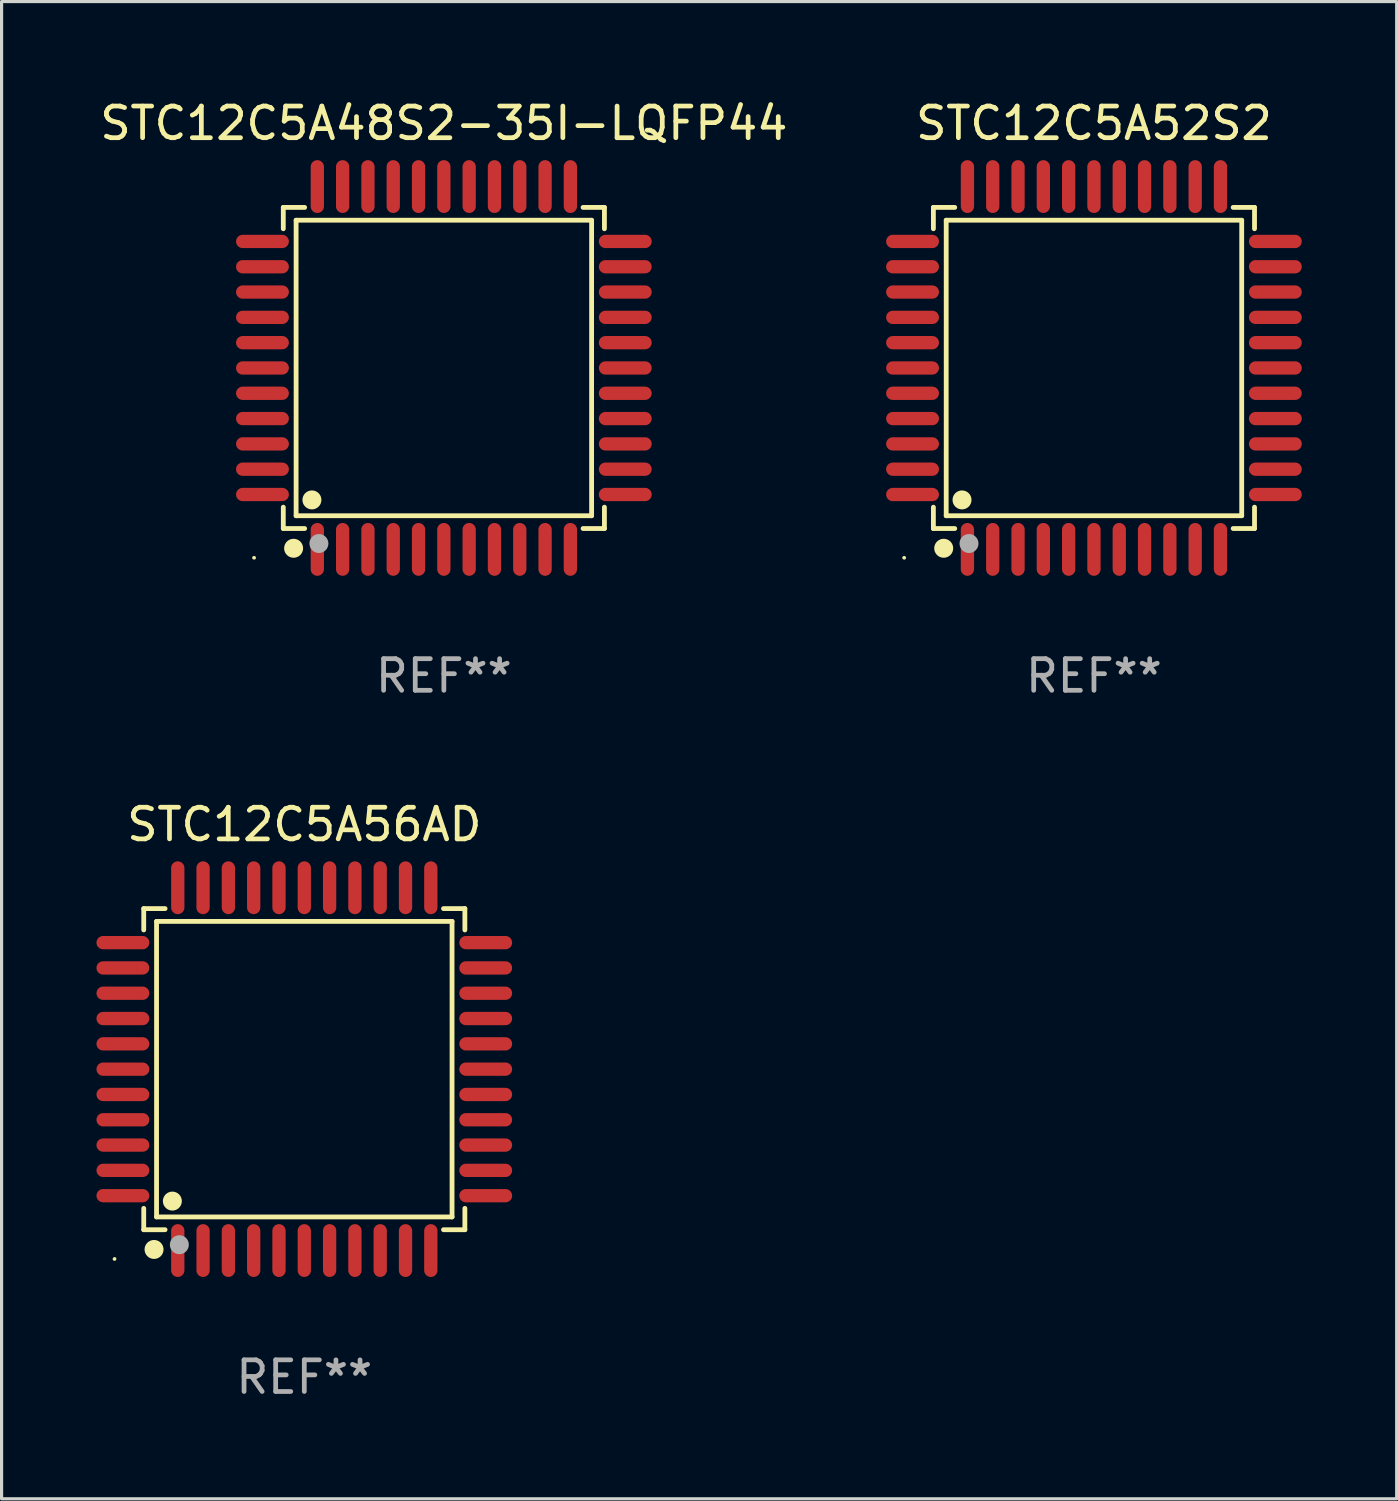
<source format=kicad_pcb>
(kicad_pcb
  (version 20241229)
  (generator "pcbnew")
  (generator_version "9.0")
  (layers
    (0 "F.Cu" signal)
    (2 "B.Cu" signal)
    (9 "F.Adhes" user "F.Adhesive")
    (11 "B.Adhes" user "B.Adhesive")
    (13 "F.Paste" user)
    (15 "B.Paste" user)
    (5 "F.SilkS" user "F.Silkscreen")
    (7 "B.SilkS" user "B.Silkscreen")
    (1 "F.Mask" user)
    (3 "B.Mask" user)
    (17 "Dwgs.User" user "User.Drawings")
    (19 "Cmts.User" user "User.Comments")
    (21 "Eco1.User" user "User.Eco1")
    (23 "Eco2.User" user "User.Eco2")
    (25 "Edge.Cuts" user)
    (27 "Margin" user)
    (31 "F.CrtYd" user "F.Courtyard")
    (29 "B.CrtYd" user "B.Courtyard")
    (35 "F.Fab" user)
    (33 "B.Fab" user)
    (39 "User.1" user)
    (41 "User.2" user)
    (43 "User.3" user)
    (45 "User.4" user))
  (footprint "STC12C5A52S2"
    (layer "F.Cu")
    (at 31.534 8.583)
    (property "Reference" "STC12C5A52S2" (at 0 -7.735 0) (layer "F.SilkS") (effects (font (size 1 1) (thickness 0.15))))
    (attr through_hole)
    (fp_line (start -5.076 -5.076) (end -4.401 -5.076) (stroke (width 0.152) (type solid)) (layer "F.SilkS"))
    (fp_line (start -5.076 -4.401) (end -5.076 -5.076) (stroke (width 0.152) (type solid)) (layer "F.SilkS"))
    (fp_line (start -5.076 4.401) (end -5.076 5.076) (stroke (width 0.152) (type solid)) (layer "F.SilkS"))
    (fp_line (start -5.076 5.076) (end -4.401 5.076) (stroke (width 0.152) (type solid)) (layer "F.SilkS"))
    (fp_line (start -4.671 -4.671) (end 4.671 -4.671) (stroke (width 0.152) (type solid)) (layer "F.SilkS"))
    (fp_line (start -4.671 4.671) (end -4.671 -4.671) (stroke (width 0.152) (type solid)) (layer "F.SilkS"))
    (fp_line (start 4.671 -4.671) (end 4.671 4.671) (stroke (width 0.152) (type solid)) (layer "F.SilkS"))
    (fp_line (start 4.671 4.671) (end -4.671 4.671) (stroke (width 0.152) (type solid)) (layer "F.SilkS"))
    (fp_line (start 5.076 -5.076) (end 4.401 -5.076) (stroke (width 0.152) (type solid)) (layer "F.SilkS"))
    (fp_line (start 5.076 -4.401) (end 5.076 -5.076) (stroke (width 0.152) (type solid)) (layer "F.SilkS"))
    (fp_line (start 5.076 4.401) (end 5.076 5.076) (stroke (width 0.152) (type solid)) (layer "F.SilkS"))
    (fp_line (start 5.076 5.076) (end 4.401 5.076) (stroke (width 0.152) (type solid)) (layer "F.SilkS"))
    (fp_circle (center -6 6) (end -5.97 6) (stroke (width 0.06) (type solid)) (fill no) (layer "F.SilkS"))
    (fp_circle (center -4.75 5.7) (end -4.6 5.7) (stroke (width 0.3) (type solid)) (fill no) (layer "F.SilkS"))
    (fp_circle (center -4.171 4.171) (end -4.021 4.171) (stroke (width 0.3) (type solid)) (fill no) (layer "F.SilkS"))
    (fp_circle (center -3.95 5.55) (end -3.8 5.55) (stroke (width 0.3) (type solid)) (fill no) (layer "F.Fab"))
    (fp_text user "REF**" (at 0 9.735 0) (layer "F.Fab") (effects (font (size 1 1) (thickness 0.15))))
    (pad "1" smd oval (at -4 5.735) (size 0.42 1.67) (layers "F.Cu" "F.Mask" "F.Paste"))
    (pad "2" smd oval (at -3.2 5.735) (size 0.42 1.67) (layers "F.Cu" "F.Mask" "F.Paste"))
    (pad "3" smd oval (at -2.4 5.735) (size 0.42 1.67) (layers "F.Cu" "F.Mask" "F.Paste"))
    (pad "4" smd oval (at -1.6 5.735) (size 0.42 1.67) (layers "F.Cu" "F.Mask" "F.Paste"))
    (pad "5" smd oval (at -0.8 5.735) (size 0.42 1.67) (layers "F.Cu" "F.Mask" "F.Paste"))
    (pad "6" smd oval (at 0 5.735) (size 0.42 1.67) (layers "F.Cu" "F.Mask" "F.Paste"))
    (pad "7" smd oval (at 0.8 5.735) (size 0.42 1.67) (layers "F.Cu" "F.Mask" "F.Paste"))
    (pad "8" smd oval (at 1.6 5.735) (size 0.42 1.67) (layers "F.Cu" "F.Mask" "F.Paste"))
    (pad "9" smd oval (at 2.4 5.735) (size 0.42 1.67) (layers "F.Cu" "F.Mask" "F.Paste"))
    (pad "10" smd oval (at 3.2 5.735) (size 0.42 1.67) (layers "F.Cu" "F.Mask" "F.Paste"))
    (pad "11" smd oval (at 4 5.735) (size 0.42 1.67) (layers "F.Cu" "F.Mask" "F.Paste"))
    (pad "12" smd oval (at 5.735 4) (size 1.67 0.42) (layers "F.Cu" "F.Mask" "F.Paste"))
    (pad "13" smd oval (at 5.735 3.2) (size 1.67 0.42) (layers "F.Cu" "F.Mask" "F.Paste"))
    (pad "14" smd oval (at 5.735 2.4) (size 1.67 0.42) (layers "F.Cu" "F.Mask" "F.Paste"))
    (pad "15" smd oval (at 5.735 1.6) (size 1.67 0.42) (layers "F.Cu" "F.Mask" "F.Paste"))
    (pad "16" smd oval (at 5.735 0.8) (size 1.67 0.42) (layers "F.Cu" "F.Mask" "F.Paste"))
    (pad "17" smd oval (at 5.735 0) (size 1.67 0.42) (layers "F.Cu" "F.Mask" "F.Paste"))
    (pad "18" smd oval (at 5.735 -0.8) (size 1.67 0.42) (layers "F.Cu" "F.Mask" "F.Paste"))
    (pad "19" smd oval (at 5.735 -1.6) (size 1.67 0.42) (layers "F.Cu" "F.Mask" "F.Paste"))
    (pad "20" smd oval (at 5.735 -2.4) (size 1.67 0.42) (layers "F.Cu" "F.Mask" "F.Paste"))
    (pad "21" smd oval (at 5.735 -3.2) (size 1.67 0.42) (layers "F.Cu" "F.Mask" "F.Paste"))
    (pad "22" smd oval (at 5.735 -4) (size 1.67 0.42) (layers "F.Cu" "F.Mask" "F.Paste"))
    (pad "23" smd oval (at 4 -5.735) (size 0.42 1.67) (layers "F.Cu" "F.Mask" "F.Paste"))
    (pad "24" smd oval (at 3.2 -5.735) (size 0.42 1.67) (layers "F.Cu" "F.Mask" "F.Paste"))
    (pad "25" smd oval (at 2.4 -5.735) (size 0.42 1.67) (layers "F.Cu" "F.Mask" "F.Paste"))
    (pad "26" smd oval (at 1.6 -5.735) (size 0.42 1.67) (layers "F.Cu" "F.Mask" "F.Paste"))
    (pad "27" smd oval (at 0.8 -5.735) (size 0.42 1.67) (layers "F.Cu" "F.Mask" "F.Paste"))
    (pad "28" smd oval (at 0 -5.735) (size 0.42 1.67) (layers "F.Cu" "F.Mask" "F.Paste"))
    (pad "29" smd oval (at -0.8 -5.735) (size 0.42 1.67) (layers "F.Cu" "F.Mask" "F.Paste"))
    (pad "30" smd oval (at -1.6 -5.735) (size 0.42 1.67) (layers "F.Cu" "F.Mask" "F.Paste"))
    (pad "31" smd oval (at -2.4 -5.735) (size 0.42 1.67) (layers "F.Cu" "F.Mask" "F.Paste"))
    (pad "32" smd oval (at -3.2 -5.735) (size 0.42 1.67) (layers "F.Cu" "F.Mask" "F.Paste"))
    (pad "33" smd oval (at -4 -5.735) (size 0.42 1.67) (layers "F.Cu" "F.Mask" "F.Paste"))
    (pad "34" smd oval (at -5.735 -4) (size 1.67 0.42) (layers "F.Cu" "F.Mask" "F.Paste"))
    (pad "35" smd oval (at -5.735 -3.2) (size 1.67 0.42) (layers "F.Cu" "F.Mask" "F.Paste"))
    (pad "36" smd oval (at -5.735 -2.4) (size 1.67 0.42) (layers "F.Cu" "F.Mask" "F.Paste"))
    (pad "37" smd oval (at -5.735 -1.6) (size 1.67 0.42) (layers "F.Cu" "F.Mask" "F.Paste"))
    (pad "38" smd oval (at -5.735 -0.8) (size 1.67 0.42) (layers "F.Cu" "F.Mask" "F.Paste"))
    (pad "39" smd oval (at -5.735 0) (size 1.67 0.42) (layers "F.Cu" "F.Mask" "F.Paste"))
    (pad "40" smd oval (at -5.735 0.8) (size 1.67 0.42) (layers "F.Cu" "F.Mask" "F.Paste"))
    (pad "41" smd oval (at -5.735 1.6) (size 1.67 0.42) (layers "F.Cu" "F.Mask" "F.Paste"))
    (pad "42" smd oval (at -5.735 2.4) (size 1.67 0.42) (layers "F.Cu" "F.Mask" "F.Paste"))
    (pad "43" smd oval (at -5.735 3.2) (size 1.67 0.42) (layers "F.Cu" "F.Mask" "F.Paste"))
    (pad "44" smd oval (at -5.735 4) (size 1.67 0.42) (layers "F.Cu" "F.Mask" "F.Paste")))
  (footprint "STC12C5A48S2-35I-LQFP44"
    (layer "F.Cu")
    (at 10.982 8.583)
    (property "Reference" "STC12C5A48S2-35I-LQFP44" (at 0 -7.735 0) (layer "F.SilkS") (effects (font (size 1 1) (thickness 0.15))))
    (attr through_hole)
    (fp_line (start -5.076 -5.076) (end -4.401 -5.076) (stroke (width 0.152) (type solid)) (layer "F.SilkS"))
    (fp_line (start -5.076 -4.401) (end -5.076 -5.076) (stroke (width 0.152) (type solid)) (layer "F.SilkS"))
    (fp_line (start -5.076 4.401) (end -5.076 5.076) (stroke (width 0.152) (type solid)) (layer "F.SilkS"))
    (fp_line (start -5.076 5.076) (end -4.401 5.076) (stroke (width 0.152) (type solid)) (layer "F.SilkS"))
    (fp_line (start -4.671 -4.671) (end 4.671 -4.671) (stroke (width 0.152) (type solid)) (layer "F.SilkS"))
    (fp_line (start -4.671 4.671) (end -4.671 -4.671) (stroke (width 0.152) (type solid)) (layer "F.SilkS"))
    (fp_line (start 4.671 -4.671) (end 4.671 4.671) (stroke (width 0.152) (type solid)) (layer "F.SilkS"))
    (fp_line (start 4.671 4.671) (end -4.671 4.671) (stroke (width 0.152) (type solid)) (layer "F.SilkS"))
    (fp_line (start 5.076 -5.076) (end 4.401 -5.076) (stroke (width 0.152) (type solid)) (layer "F.SilkS"))
    (fp_line (start 5.076 -4.401) (end 5.076 -5.076) (stroke (width 0.152) (type solid)) (layer "F.SilkS"))
    (fp_line (start 5.076 4.401) (end 5.076 5.076) (stroke (width 0.152) (type solid)) (layer "F.SilkS"))
    (fp_line (start 5.076 5.076) (end 4.401 5.076) (stroke (width 0.152) (type solid)) (layer "F.SilkS"))
    (fp_circle (center -6 6) (end -5.97 6) (stroke (width 0.06) (type solid)) (fill no) (layer "F.SilkS"))
    (fp_circle (center -4.75 5.7) (end -4.6 5.7) (stroke (width 0.3) (type solid)) (fill no) (layer "F.SilkS"))
    (fp_circle (center -4.171 4.171) (end -4.021 4.171) (stroke (width 0.3) (type solid)) (fill no) (layer "F.SilkS"))
    (fp_circle (center -3.95 5.55) (end -3.8 5.55) (stroke (width 0.3) (type solid)) (fill no) (layer "F.Fab"))
    (fp_text user "REF**" (at 0 9.735 0) (layer "F.Fab") (effects (font (size 1 1) (thickness 0.15))))
    (pad "1" smd oval (at -4 5.735) (size 0.42 1.67) (layers "F.Cu" "F.Mask" "F.Paste"))
    (pad "2" smd oval (at -3.2 5.735) (size 0.42 1.67) (layers "F.Cu" "F.Mask" "F.Paste"))
    (pad "3" smd oval (at -2.4 5.735) (size 0.42 1.67) (layers "F.Cu" "F.Mask" "F.Paste"))
    (pad "4" smd oval (at -1.6 5.735) (size 0.42 1.67) (layers "F.Cu" "F.Mask" "F.Paste"))
    (pad "5" smd oval (at -0.8 5.735) (size 0.42 1.67) (layers "F.Cu" "F.Mask" "F.Paste"))
    (pad "6" smd oval (at 0 5.735) (size 0.42 1.67) (layers "F.Cu" "F.Mask" "F.Paste"))
    (pad "7" smd oval (at 0.8 5.735) (size 0.42 1.67) (layers "F.Cu" "F.Mask" "F.Paste"))
    (pad "8" smd oval (at 1.6 5.735) (size 0.42 1.67) (layers "F.Cu" "F.Mask" "F.Paste"))
    (pad "9" smd oval (at 2.4 5.735) (size 0.42 1.67) (layers "F.Cu" "F.Mask" "F.Paste"))
    (pad "10" smd oval (at 3.2 5.735) (size 0.42 1.67) (layers "F.Cu" "F.Mask" "F.Paste"))
    (pad "11" smd oval (at 4 5.735) (size 0.42 1.67) (layers "F.Cu" "F.Mask" "F.Paste"))
    (pad "12" smd oval (at 5.735 4) (size 1.67 0.42) (layers "F.Cu" "F.Mask" "F.Paste"))
    (pad "13" smd oval (at 5.735 3.2) (size 1.67 0.42) (layers "F.Cu" "F.Mask" "F.Paste"))
    (pad "14" smd oval (at 5.735 2.4) (size 1.67 0.42) (layers "F.Cu" "F.Mask" "F.Paste"))
    (pad "15" smd oval (at 5.735 1.6) (size 1.67 0.42) (layers "F.Cu" "F.Mask" "F.Paste"))
    (pad "16" smd oval (at 5.735 0.8) (size 1.67 0.42) (layers "F.Cu" "F.Mask" "F.Paste"))
    (pad "17" smd oval (at 5.735 0) (size 1.67 0.42) (layers "F.Cu" "F.Mask" "F.Paste"))
    (pad "18" smd oval (at 5.735 -0.8) (size 1.67 0.42) (layers "F.Cu" "F.Mask" "F.Paste"))
    (pad "19" smd oval (at 5.735 -1.6) (size 1.67 0.42) (layers "F.Cu" "F.Mask" "F.Paste"))
    (pad "20" smd oval (at 5.735 -2.4) (size 1.67 0.42) (layers "F.Cu" "F.Mask" "F.Paste"))
    (pad "21" smd oval (at 5.735 -3.2) (size 1.67 0.42) (layers "F.Cu" "F.Mask" "F.Paste"))
    (pad "22" smd oval (at 5.735 -4) (size 1.67 0.42) (layers "F.Cu" "F.Mask" "F.Paste"))
    (pad "23" smd oval (at 4 -5.735) (size 0.42 1.67) (layers "F.Cu" "F.Mask" "F.Paste"))
    (pad "24" smd oval (at 3.2 -5.735) (size 0.42 1.67) (layers "F.Cu" "F.Mask" "F.Paste"))
    (pad "25" smd oval (at 2.4 -5.735) (size 0.42 1.67) (layers "F.Cu" "F.Mask" "F.Paste"))
    (pad "26" smd oval (at 1.6 -5.735) (size 0.42 1.67) (layers "F.Cu" "F.Mask" "F.Paste"))
    (pad "27" smd oval (at 0.8 -5.735) (size 0.42 1.67) (layers "F.Cu" "F.Mask" "F.Paste"))
    (pad "28" smd oval (at 0 -5.735) (size 0.42 1.67) (layers "F.Cu" "F.Mask" "F.Paste"))
    (pad "29" smd oval (at -0.8 -5.735) (size 0.42 1.67) (layers "F.Cu" "F.Mask" "F.Paste"))
    (pad "30" smd oval (at -1.6 -5.735) (size 0.42 1.67) (layers "F.Cu" "F.Mask" "F.Paste"))
    (pad "31" smd oval (at -2.4 -5.735) (size 0.42 1.67) (layers "F.Cu" "F.Mask" "F.Paste"))
    (pad "32" smd oval (at -3.2 -5.735) (size 0.42 1.67) (layers "F.Cu" "F.Mask" "F.Paste"))
    (pad "33" smd oval (at -4 -5.735) (size 0.42 1.67) (layers "F.Cu" "F.Mask" "F.Paste"))
    (pad "34" smd oval (at -5.735 -4) (size 1.67 0.42) (layers "F.Cu" "F.Mask" "F.Paste"))
    (pad "35" smd oval (at -5.735 -3.2) (size 1.67 0.42) (layers "F.Cu" "F.Mask" "F.Paste"))
    (pad "36" smd oval (at -5.735 -2.4) (size 1.67 0.42) (layers "F.Cu" "F.Mask" "F.Paste"))
    (pad "37" smd oval (at -5.735 -1.6) (size 1.67 0.42) (layers "F.Cu" "F.Mask" "F.Paste"))
    (pad "38" smd oval (at -5.735 -0.8) (size 1.67 0.42) (layers "F.Cu" "F.Mask" "F.Paste"))
    (pad "39" smd oval (at -5.735 0) (size 1.67 0.42) (layers "F.Cu" "F.Mask" "F.Paste"))
    (pad "40" smd oval (at -5.735 0.8) (size 1.67 0.42) (layers "F.Cu" "F.Mask" "F.Paste"))
    (pad "41" smd oval (at -5.735 1.6) (size 1.67 0.42) (layers "F.Cu" "F.Mask" "F.Paste"))
    (pad "42" smd oval (at -5.735 2.4) (size 1.67 0.42) (layers "F.Cu" "F.Mask" "F.Paste"))
    (pad "43" smd oval (at -5.735 3.2) (size 1.67 0.42) (layers "F.Cu" "F.Mask" "F.Paste"))
    (pad "44" smd oval (at -5.735 4) (size 1.67 0.42) (layers "F.Cu" "F.Mask" "F.Paste")))
  (footprint "STC12C5A56AD"
    (layer "F.Cu")
    (at 6.57 30.75)
    (property "Reference" "STC12C5A56AD" (at 0 -7.735 0) (layer "F.SilkS") (effects (font (size 1 1) (thickness 0.15))))
    (attr through_hole)
    (fp_line (start -5.076 -5.076) (end -4.401 -5.076) (stroke (width 0.152) (type solid)) (layer "F.SilkS"))
    (fp_line (start -5.076 -4.401) (end -5.076 -5.076) (stroke (width 0.152) (type solid)) (layer "F.SilkS"))
    (fp_line (start -5.076 4.401) (end -5.076 5.076) (stroke (width 0.152) (type solid)) (layer "F.SilkS"))
    (fp_line (start -5.076 5.076) (end -4.401 5.076) (stroke (width 0.152) (type solid)) (layer "F.SilkS"))
    (fp_line (start -4.671 -4.671) (end 4.671 -4.671) (stroke (width 0.152) (type solid)) (layer "F.SilkS"))
    (fp_line (start -4.671 4.671) (end -4.671 -4.671) (stroke (width 0.152) (type solid)) (layer "F.SilkS"))
    (fp_line (start 4.671 -4.671) (end 4.671 4.671) (stroke (width 0.152) (type solid)) (layer "F.SilkS"))
    (fp_line (start 4.671 4.671) (end -4.671 4.671) (stroke (width 0.152) (type solid)) (layer "F.SilkS"))
    (fp_line (start 5.076 -5.076) (end 4.401 -5.076) (stroke (width 0.152) (type solid)) (layer "F.SilkS"))
    (fp_line (start 5.076 -4.401) (end 5.076 -5.076) (stroke (width 0.152) (type solid)) (layer "F.SilkS"))
    (fp_line (start 5.076 4.401) (end 5.076 5.076) (stroke (width 0.152) (type solid)) (layer "F.SilkS"))
    (fp_line (start 5.076 5.076) (end 4.401 5.076) (stroke (width 0.152) (type solid)) (layer "F.SilkS"))
    (fp_circle (center -6 6) (end -5.97 6) (stroke (width 0.06) (type solid)) (fill no) (layer "F.SilkS"))
    (fp_circle (center -4.75 5.7) (end -4.6 5.7) (stroke (width 0.3) (type solid)) (fill no) (layer "F.SilkS"))
    (fp_circle (center -4.171 4.171) (end -4.021 4.171) (stroke (width 0.3) (type solid)) (fill no) (layer "F.SilkS"))
    (fp_circle (center -3.95 5.55) (end -3.8 5.55) (stroke (width 0.3) (type solid)) (fill no) (layer "F.Fab"))
    (fp_text user "REF**" (at 0 9.735 0) (layer "F.Fab") (effects (font (size 1 1) (thickness 0.15))))
    (pad "1" smd oval (at -4 5.735) (size 0.42 1.67) (layers "F.Cu" "F.Mask" "F.Paste"))
    (pad "2" smd oval (at -3.2 5.735) (size 0.42 1.67) (layers "F.Cu" "F.Mask" "F.Paste"))
    (pad "3" smd oval (at -2.4 5.735) (size 0.42 1.67) (layers "F.Cu" "F.Mask" "F.Paste"))
    (pad "4" smd oval (at -1.6 5.735) (size 0.42 1.67) (layers "F.Cu" "F.Mask" "F.Paste"))
    (pad "5" smd oval (at -0.8 5.735) (size 0.42 1.67) (layers "F.Cu" "F.Mask" "F.Paste"))
    (pad "6" smd oval (at 0 5.735) (size 0.42 1.67) (layers "F.Cu" "F.Mask" "F.Paste"))
    (pad "7" smd oval (at 0.8 5.735) (size 0.42 1.67) (layers "F.Cu" "F.Mask" "F.Paste"))
    (pad "8" smd oval (at 1.6 5.735) (size 0.42 1.67) (layers "F.Cu" "F.Mask" "F.Paste"))
    (pad "9" smd oval (at 2.4 5.735) (size 0.42 1.67) (layers "F.Cu" "F.Mask" "F.Paste"))
    (pad "10" smd oval (at 3.2 5.735) (size 0.42 1.67) (layers "F.Cu" "F.Mask" "F.Paste"))
    (pad "11" smd oval (at 4 5.735) (size 0.42 1.67) (layers "F.Cu" "F.Mask" "F.Paste"))
    (pad "12" smd oval (at 5.735 4) (size 1.67 0.42) (layers "F.Cu" "F.Mask" "F.Paste"))
    (pad "13" smd oval (at 5.735 3.2) (size 1.67 0.42) (layers "F.Cu" "F.Mask" "F.Paste"))
    (pad "14" smd oval (at 5.735 2.4) (size 1.67 0.42) (layers "F.Cu" "F.Mask" "F.Paste"))
    (pad "15" smd oval (at 5.735 1.6) (size 1.67 0.42) (layers "F.Cu" "F.Mask" "F.Paste"))
    (pad "16" smd oval (at 5.735 0.8) (size 1.67 0.42) (layers "F.Cu" "F.Mask" "F.Paste"))
    (pad "17" smd oval (at 5.735 0) (size 1.67 0.42) (layers "F.Cu" "F.Mask" "F.Paste"))
    (pad "18" smd oval (at 5.735 -0.8) (size 1.67 0.42) (layers "F.Cu" "F.Mask" "F.Paste"))
    (pad "19" smd oval (at 5.735 -1.6) (size 1.67 0.42) (layers "F.Cu" "F.Mask" "F.Paste"))
    (pad "20" smd oval (at 5.735 -2.4) (size 1.67 0.42) (layers "F.Cu" "F.Mask" "F.Paste"))
    (pad "21" smd oval (at 5.735 -3.2) (size 1.67 0.42) (layers "F.Cu" "F.Mask" "F.Paste"))
    (pad "22" smd oval (at 5.735 -4) (size 1.67 0.42) (layers "F.Cu" "F.Mask" "F.Paste"))
    (pad "23" smd oval (at 4 -5.735) (size 0.42 1.67) (layers "F.Cu" "F.Mask" "F.Paste"))
    (pad "24" smd oval (at 3.2 -5.735) (size 0.42 1.67) (layers "F.Cu" "F.Mask" "F.Paste"))
    (pad "25" smd oval (at 2.4 -5.735) (size 0.42 1.67) (layers "F.Cu" "F.Mask" "F.Paste"))
    (pad "26" smd oval (at 1.6 -5.735) (size 0.42 1.67) (layers "F.Cu" "F.Mask" "F.Paste"))
    (pad "27" smd oval (at 0.8 -5.735) (size 0.42 1.67) (layers "F.Cu" "F.Mask" "F.Paste"))
    (pad "28" smd oval (at 0 -5.735) (size 0.42 1.67) (layers "F.Cu" "F.Mask" "F.Paste"))
    (pad "29" smd oval (at -0.8 -5.735) (size 0.42 1.67) (layers "F.Cu" "F.Mask" "F.Paste"))
    (pad "30" smd oval (at -1.6 -5.735) (size 0.42 1.67) (layers "F.Cu" "F.Mask" "F.Paste"))
    (pad "31" smd oval (at -2.4 -5.735) (size 0.42 1.67) (layers "F.Cu" "F.Mask" "F.Paste"))
    (pad "32" smd oval (at -3.2 -5.735) (size 0.42 1.67) (layers "F.Cu" "F.Mask" "F.Paste"))
    (pad "33" smd oval (at -4 -5.735) (size 0.42 1.67) (layers "F.Cu" "F.Mask" "F.Paste"))
    (pad "34" smd oval (at -5.735 -4) (size 1.67 0.42) (layers "F.Cu" "F.Mask" "F.Paste"))
    (pad "35" smd oval (at -5.735 -3.2) (size 1.67 0.42) (layers "F.Cu" "F.Mask" "F.Paste"))
    (pad "36" smd oval (at -5.735 -2.4) (size 1.67 0.42) (layers "F.Cu" "F.Mask" "F.Paste"))
    (pad "37" smd oval (at -5.735 -1.6) (size 1.67 0.42) (layers "F.Cu" "F.Mask" "F.Paste"))
    (pad "38" smd oval (at -5.735 -0.8) (size 1.67 0.42) (layers "F.Cu" "F.Mask" "F.Paste"))
    (pad "39" smd oval (at -5.735 0) (size 1.67 0.42) (layers "F.Cu" "F.Mask" "F.Paste"))
    (pad "40" smd oval (at -5.735 0.8) (size 1.67 0.42) (layers "F.Cu" "F.Mask" "F.Paste"))
    (pad "41" smd oval (at -5.735 1.6) (size 1.67 0.42) (layers "F.Cu" "F.Mask" "F.Paste"))
    (pad "42" smd oval (at -5.735 2.4) (size 1.67 0.42) (layers "F.Cu" "F.Mask" "F.Paste"))
    (pad "43" smd oval (at -5.735 3.2) (size 1.67 0.42) (layers "F.Cu" "F.Mask" "F.Paste"))
    (pad "44" smd oval (at -5.735 4) (size 1.67 0.42) (layers "F.Cu" "F.Mask" "F.Paste")))
  (gr_rect
    (start -3 -3)
    (end 41.104 44.333)
    (stroke (width 0.1) (type default))
    (fill no)
    (layer "Edge.Cuts")))
</source>
